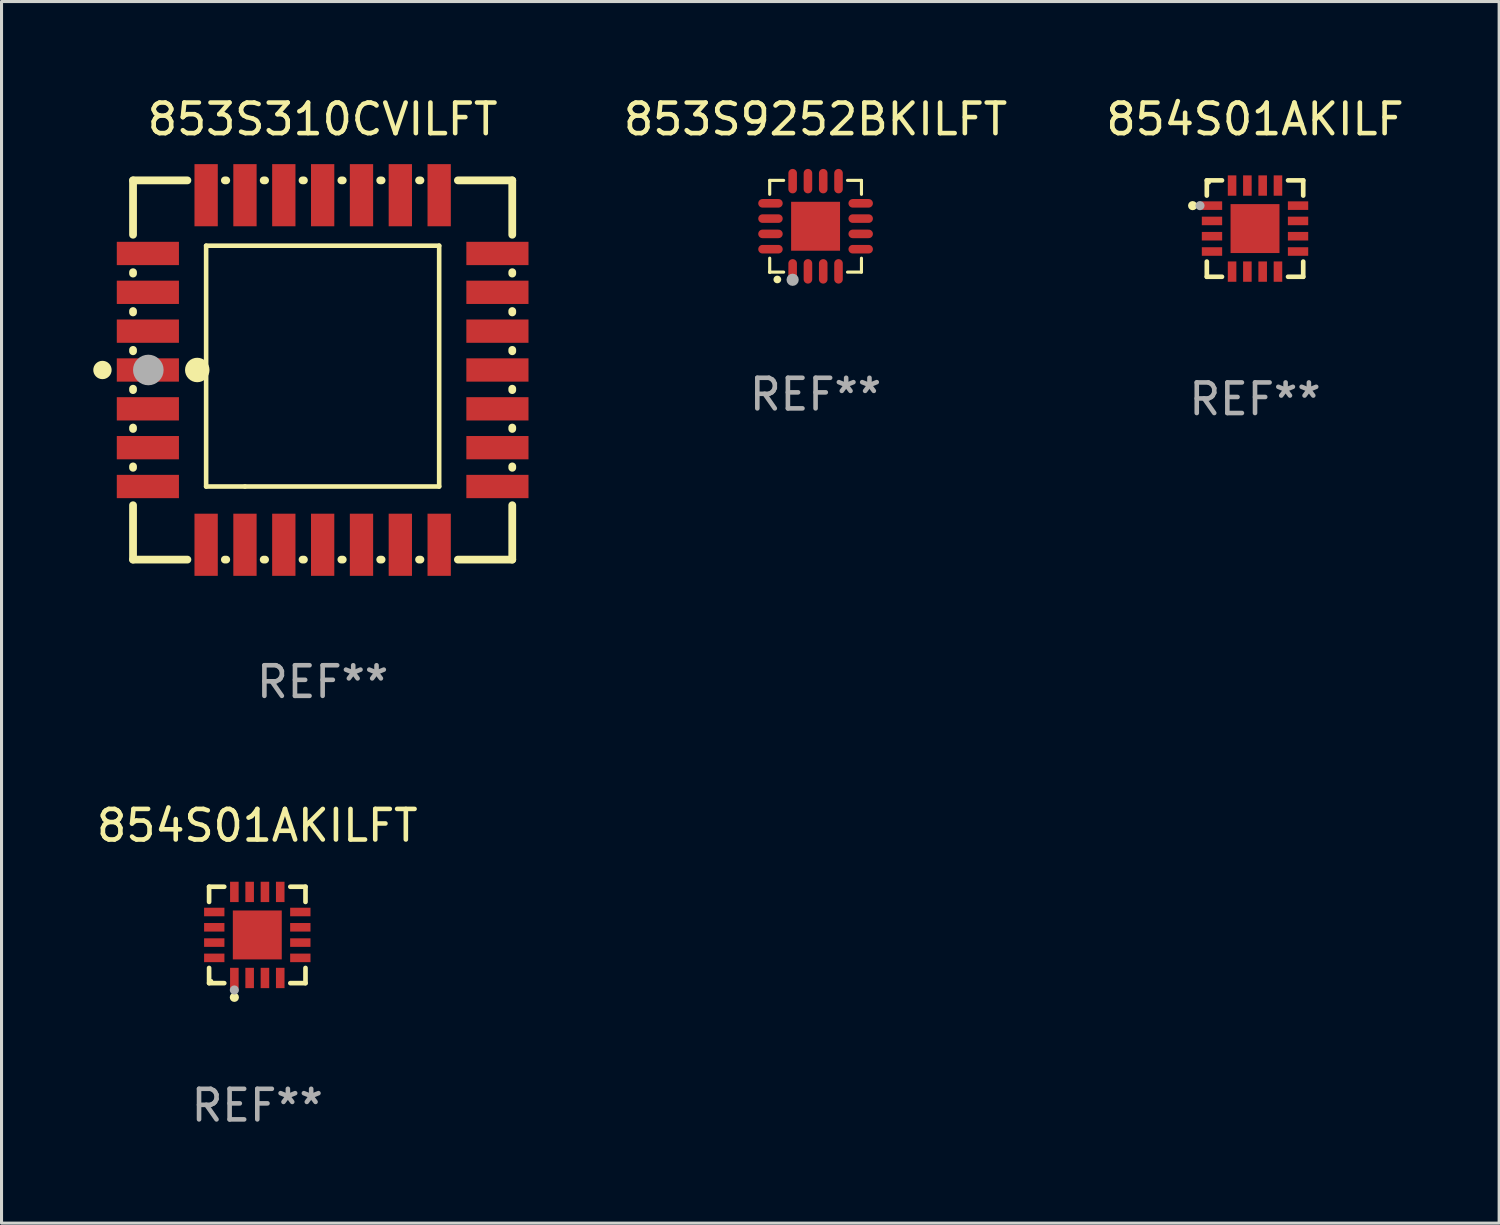
<source format=kicad_pcb>
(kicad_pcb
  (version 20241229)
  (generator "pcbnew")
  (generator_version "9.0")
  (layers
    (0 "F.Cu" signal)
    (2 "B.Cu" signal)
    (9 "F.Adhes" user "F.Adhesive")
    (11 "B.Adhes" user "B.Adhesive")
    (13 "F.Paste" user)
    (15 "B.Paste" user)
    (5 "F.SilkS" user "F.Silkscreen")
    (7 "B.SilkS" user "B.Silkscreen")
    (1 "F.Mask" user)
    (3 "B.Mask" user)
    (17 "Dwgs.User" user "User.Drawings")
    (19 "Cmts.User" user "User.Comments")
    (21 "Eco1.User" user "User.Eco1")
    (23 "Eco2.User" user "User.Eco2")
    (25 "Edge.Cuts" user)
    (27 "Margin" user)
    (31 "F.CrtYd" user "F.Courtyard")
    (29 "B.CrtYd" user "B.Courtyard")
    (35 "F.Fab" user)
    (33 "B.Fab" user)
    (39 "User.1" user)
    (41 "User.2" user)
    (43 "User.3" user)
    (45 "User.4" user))
  (footprint "853S310CVILFT"
    (layer "F.Cu")
    (at 7.5 9.048)
    (property "Reference" "853S310CVILFT" (at 0 -8.2 0) (layer "F.SilkS") (effects (font (size 1 1) (thickness 0.15))))
    (attr through_hole)
    (fp_line (start -6.2 -6.2) (end -4.422 -6.2) (stroke (width 0.254) (type solid)) (layer "F.SilkS"))
    (fp_line (start -6.2 -4.422) (end -6.2 -6.2) (stroke (width 0.254) (type solid)) (layer "F.SilkS"))
    (fp_line (start -6.2 -3.152) (end -6.2 -3.198) (stroke (width 0.254) (type solid)) (layer "F.SilkS"))
    (fp_line (start -6.2 -1.882) (end -6.2 -1.928) (stroke (width 0.254) (type solid)) (layer "F.SilkS"))
    (fp_line (start -6.2 -0.612) (end -6.2 -0.658) (stroke (width 0.254) (type solid)) (layer "F.SilkS"))
    (fp_line (start -6.2 0.658) (end -6.2 0.612) (stroke (width 0.254) (type solid)) (layer "F.SilkS"))
    (fp_line (start -6.2 1.928) (end -6.2 1.882) (stroke (width 0.254) (type solid)) (layer "F.SilkS"))
    (fp_line (start -6.2 3.198) (end -6.2 3.152) (stroke (width 0.254) (type solid)) (layer "F.SilkS"))
    (fp_line (start -6.2 6.2) (end -6.2 4.422) (stroke (width 0.254) (type solid)) (layer "F.SilkS"))
    (fp_line (start -4.422 6.2) (end -6.2 6.2) (stroke (width 0.254) (type solid)) (layer "F.SilkS"))
    (fp_line (start -3.81 -4.064) (end 3.81 -4.064) (stroke (width 0.15) (type solid)) (layer "F.SilkS"))
    (fp_line (start -3.81 3.81) (end -3.81 -4.064) (stroke (width 0.15) (type solid)) (layer "F.SilkS"))
    (fp_line (start -3.198 -6.2) (end -3.152 -6.2) (stroke (width 0.254) (type solid)) (layer "F.SilkS"))
    (fp_line (start -3.152 6.2) (end -3.198 6.2) (stroke (width 0.254) (type solid)) (layer "F.SilkS"))
    (fp_line (start -2.54 3.81) (end -3.81 3.81) (stroke (width 0.15) (type solid)) (layer "F.SilkS"))
    (fp_line (start -1.928 -6.2) (end -1.882 -6.2) (stroke (width 0.254) (type solid)) (layer "F.SilkS"))
    (fp_line (start -1.882 6.2) (end -1.928 6.2) (stroke (width 0.254) (type solid)) (layer "F.SilkS"))
    (fp_line (start -0.658 -6.2) (end -0.612 -6.2) (stroke (width 0.254) (type solid)) (layer "F.SilkS"))
    (fp_line (start -0.612 6.2) (end -0.658 6.2) (stroke (width 0.254) (type solid)) (layer "F.SilkS"))
    (fp_line (start 0.612 -6.2) (end 0.658 -6.2) (stroke (width 0.254) (type solid)) (layer "F.SilkS"))
    (fp_line (start 0.658 6.2) (end 0.612 6.2) (stroke (width 0.254) (type solid)) (layer "F.SilkS"))
    (fp_line (start 1.882 -6.2) (end 1.928 -6.2) (stroke (width 0.254) (type solid)) (layer "F.SilkS"))
    (fp_line (start 1.928 6.2) (end 1.882 6.2) (stroke (width 0.254) (type solid)) (layer "F.SilkS"))
    (fp_line (start 3.152 -6.2) (end 3.198 -6.2) (stroke (width 0.254) (type solid)) (layer "F.SilkS"))
    (fp_line (start 3.198 6.2) (end 3.152 6.2) (stroke (width 0.254) (type solid)) (layer "F.SilkS"))
    (fp_line (start 3.81 -4.064) (end 3.81 3.81) (stroke (width 0.15) (type solid)) (layer "F.SilkS"))
    (fp_line (start 3.81 3.81) (end -2.54 3.81) (stroke (width 0.15) (type solid)) (layer "F.SilkS"))
    (fp_line (start 4.422 -6.2) (end 6.2 -6.2) (stroke (width 0.254) (type solid)) (layer "F.SilkS"))
    (fp_line (start 6.2 -6.2) (end 6.2 -4.422) (stroke (width 0.254) (type solid)) (layer "F.SilkS"))
    (fp_line (start 6.2 -3.198) (end 6.2 -3.152) (stroke (width 0.254) (type solid)) (layer "F.SilkS"))
    (fp_line (start 6.2 -1.928) (end 6.2 -1.882) (stroke (width 0.254) (type solid)) (layer "F.SilkS"))
    (fp_line (start 6.2 -0.658) (end 6.2 -0.612) (stroke (width 0.254) (type solid)) (layer "F.SilkS"))
    (fp_line (start 6.2 0.612) (end 6.2 0.658) (stroke (width 0.254) (type solid)) (layer "F.SilkS"))
    (fp_line (start 6.2 1.882) (end 6.2 1.928) (stroke (width 0.254) (type solid)) (layer "F.SilkS"))
    (fp_line (start 6.2 3.152) (end 6.2 3.198) (stroke (width 0.254) (type solid)) (layer "F.SilkS"))
    (fp_line (start 6.2 4.422) (end 6.2 6.2) (stroke (width 0.254) (type solid)) (layer "F.SilkS"))
    (fp_line (start 6.2 6.2) (end 4.422 6.2) (stroke (width 0.254) (type solid)) (layer "F.SilkS"))
    (fp_circle (center -7.2 0) (end -7.05 0) (stroke (width 0.3) (type solid)) (fill no) (layer "F.SilkS"))
    (fp_circle (center -6.223 6.223) (end -6.193 6.223) (stroke (width 0.06) (type solid)) (fill no) (layer "F.SilkS"))
    (fp_circle (center -4.1 0) (end -3.9 0) (stroke (width 0.4) (type solid)) (fill no) (layer "F.SilkS"))
    (fp_circle (center -5.7 0) (end -5.45 0) (stroke (width 0.5) (type solid)) (fill no) (layer "F.Fab"))
    (fp_text user "REF**" (at 0 10.2 0) (layer "F.Fab") (effects (font (size 1 1) (thickness 0.15))))
    (pad "1" smd rect (at -5.715 0) (size 2.032 0.762) (layers "F.Cu" "F.Mask" "F.Paste"))
    (pad "2" smd rect (at -5.715 1.27) (size 2.032 0.762) (layers "F.Cu" "F.Mask" "F.Paste"))
    (pad "3" smd rect (at -5.715 2.54) (size 2.032 0.762) (layers "F.Cu" "F.Mask" "F.Paste"))
    (pad "4" smd rect (at -5.715 3.81) (size 2.032 0.762) (layers "F.Cu" "F.Mask" "F.Paste"))
    (pad "5" smd rect (at -3.81 5.715) (size 0.762 2.032) (layers "F.Cu" "F.Mask" "F.Paste"))
    (pad "6" smd rect (at -2.54 5.715) (size 0.762 2.032) (layers "F.Cu" "F.Mask" "F.Paste"))
    (pad "7" smd rect (at -1.27 5.715) (size 0.762 2.032) (layers "F.Cu" "F.Mask" "F.Paste"))
    (pad "8" smd rect (at 0 5.715) (size 0.762 2.032) (layers "F.Cu" "F.Mask" "F.Paste"))
    (pad "9" smd rect (at 1.27 5.715) (size 0.762 2.032) (layers "F.Cu" "F.Mask" "F.Paste"))
    (pad "10" smd rect (at 2.54 5.715) (size 0.762 2.032) (layers "F.Cu" "F.Mask" "F.Paste"))
    (pad "11" smd rect (at 3.81 5.715) (size 0.762 2.032) (layers "F.Cu" "F.Mask" "F.Paste"))
    (pad "12" smd rect (at 5.715 3.81) (size 2.032 0.762) (layers "F.Cu" "F.Mask" "F.Paste"))
    (pad "13" smd rect (at 5.715 2.54) (size 2.032 0.762) (layers "F.Cu" "F.Mask" "F.Paste"))
    (pad "14" smd rect (at 5.715 1.27) (size 2.032 0.762) (layers "F.Cu" "F.Mask" "F.Paste"))
    (pad "15" smd rect (at 5.715 0) (size 2.032 0.762) (layers "F.Cu" "F.Mask" "F.Paste"))
    (pad "16" smd rect (at 5.715 -1.27) (size 2.032 0.762) (layers "F.Cu" "F.Mask" "F.Paste"))
    (pad "17" smd rect (at 5.715 -2.54) (size 2.032 0.762) (layers "F.Cu" "F.Mask" "F.Paste"))
    (pad "18" smd rect (at 5.715 -3.81) (size 2.032 0.762) (layers "F.Cu" "F.Mask" "F.Paste"))
    (pad "19" smd rect (at 3.81 -5.715) (size 0.762 2.032) (layers "F.Cu" "F.Mask" "F.Paste"))
    (pad "20" smd rect (at 2.54 -5.715) (size 0.762 2.032) (layers "F.Cu" "F.Mask" "F.Paste"))
    (pad "21" smd rect (at 1.27 -5.715) (size 0.762 2.032) (layers "F.Cu" "F.Mask" "F.Paste"))
    (pad "22" smd rect (at 0 -5.715) (size 0.762 2.032) (layers "F.Cu" "F.Mask" "F.Paste"))
    (pad "23" smd rect (at -1.27 -5.715) (size 0.762 2.032) (layers "F.Cu" "F.Mask" "F.Paste"))
    (pad "24" smd rect (at -2.54 -5.715) (size 0.762 2.032) (layers "F.Cu" "F.Mask" "F.Paste"))
    (pad "25" smd rect (at -3.81 -5.715) (size 0.762 2.032) (layers "F.Cu" "F.Mask" "F.Paste"))
    (pad "26" smd rect (at -5.715 -3.81) (size 2.032 0.762) (layers "F.Cu" "F.Mask" "F.Paste"))
    (pad "27" smd rect (at -5.715 -2.54) (size 2.032 0.762) (layers "F.Cu" "F.Mask" "F.Paste"))
    (pad "28" smd rect (at -5.715 -1.27) (size 2.032 0.762) (layers "F.Cu" "F.Mask" "F.Paste")))
  (footprint "853S9252BKILFT"
    (layer "F.Cu")
    (at 23.618 4.348)
    (property "Reference" "853S9252BKILFT" (at 0 -3.5 0) (layer "F.SilkS") (effects (font (size 1 1) (thickness 0.15))))
    (attr through_hole)
    (fp_line (start -1.5 -1.5) (end -1.5 -1.044) (stroke (width 0.102) (type solid)) (layer "F.SilkS"))
    (fp_line (start -1.5 -1.5) (end -1.044 -1.5) (stroke (width 0.102) (type solid)) (layer "F.SilkS"))
    (fp_line (start -1.5 1.044) (end -1.5 1.5) (stroke (width 0.102) (type solid)) (layer "F.SilkS"))
    (fp_line (start -1.5 1.5) (end -1.044 1.5) (stroke (width 0.102) (type solid)) (layer "F.SilkS"))
    (fp_line (start 1.044 -1.5) (end 1.5 -1.5) (stroke (width 0.102) (type solid)) (layer "F.SilkS"))
    (fp_line (start 1.044 1.5) (end 1.5 1.5) (stroke (width 0.102) (type solid)) (layer "F.SilkS"))
    (fp_line (start 1.5 -1.044) (end 1.5 -1.5) (stroke (width 0.102) (type solid)) (layer "F.SilkS"))
    (fp_line (start 1.5 1.5) (end 1.5 1.044) (stroke (width 0.102) (type solid)) (layer "F.SilkS"))
    (fp_arc (start -1.251257 1.740056) (mid -1.249987 1.739985) (end -1.248717 1.740056) (stroke (width 0.25) (type solid)) (layer "F.SilkS"))
    (fp_circle (center -1.5 1.5) (end -1.47 1.5) (stroke (width 0.06) (type solid)) (fill no) (layer "F.SilkS"))
    (fp_circle (center -0.75 1.75) (end -0.65 1.75) (stroke (width 0.2) (type solid)) (fill no) (layer "F.Fab"))
    (fp_text user "REF**" (at 0 5.5 0) (layer "F.Fab") (effects (font (size 1 1) (thickness 0.15))))
    (pad "1" smd oval (at -0.75 1.475 180) (size 0.28 0.8) (layers "F.Cu" "F.Mask" "F.Paste"))
    (pad "2" smd oval (at -0.25 1.475 180) (size 0.28 0.8) (layers "F.Cu" "F.Mask" "F.Paste"))
    (pad "3" smd oval (at 0.25 1.475 180) (size 0.28 0.8) (layers "F.Cu" "F.Mask" "F.Paste"))
    (pad "4" smd oval (at 0.75 1.475 180) (size 0.28 0.8) (layers "F.Cu" "F.Mask" "F.Paste"))
    (pad "5" smd oval (at 1.475 0.75 90) (size 0.28 0.8) (layers "F.Cu" "F.Mask" "F.Paste"))
    (pad "6" smd oval (at 1.475 0.25 90) (size 0.28 0.8) (layers "F.Cu" "F.Mask" "F.Paste"))
    (pad "7" smd oval (at 1.475 -0.25 90) (size 0.28 0.8) (layers "F.Cu" "F.Mask" "F.Paste"))
    (pad "8" smd oval (at 1.475 -0.75 90) (size 0.28 0.8) (layers "F.Cu" "F.Mask" "F.Paste"))
    (pad "9" smd oval (at 0.75 -1.475 180) (size 0.28 0.8) (layers "F.Cu" "F.Mask" "F.Paste"))
    (pad "10" smd oval (at 0.25 -1.475 180) (size 0.28 0.8) (layers "F.Cu" "F.Mask" "F.Paste"))
    (pad "11" smd oval (at -0.25 -1.475 180) (size 0.28 0.8) (layers "F.Cu" "F.Mask" "F.Paste"))
    (pad "12" smd oval (at -0.75 -1.475 180) (size 0.28 0.8) (layers "F.Cu" "F.Mask" "F.Paste"))
    (pad "13" smd oval (at -1.475 -0.75 90) (size 0.28 0.8) (layers "F.Cu" "F.Mask" "F.Paste"))
    (pad "14" smd oval (at -1.475 -0.25 90) (size 0.28 0.8) (layers "F.Cu" "F.Mask" "F.Paste"))
    (pad "15" smd oval (at -1.475 0.25 90) (size 0.28 0.8) (layers "F.Cu" "F.Mask" "F.Paste"))
    (pad "16" smd oval (at -1.475 0.75 90) (size 0.28 0.8) (layers "F.Cu" "F.Mask" "F.Paste"))
    (pad "17" smd rect (at 0.000127 0.000178) (size 1.6 1.6) (layers "F.Cu" "F.Mask" "F.Paste")))
  (footprint "854S01AKILF"
    (layer "F.Cu")
    (at 37.987 4.424)
    (property "Reference" "854S01AKILF" (at 0 -3.576 0) (layer "F.SilkS") (effects (font (size 1 1) (thickness 0.15))))
    (attr through_hole)
    (fp_line (start -1.576 -1.576) (end -1.576 -1.08) (stroke (width 0.152) (type solid)) (layer "F.SilkS"))
    (fp_line (start -1.576 1.576) (end -1.576 1.08) (stroke (width 0.152) (type solid)) (layer "F.SilkS"))
    (fp_line (start -1.08 -1.576) (end -1.576 -1.576) (stroke (width 0.152) (type solid)) (layer "F.SilkS"))
    (fp_line (start -1.08 1.576) (end -1.576 1.576) (stroke (width 0.152) (type solid)) (layer "F.SilkS"))
    (fp_line (start 1.08 -1.576) (end 1.576 -1.576) (stroke (width 0.152) (type solid)) (layer "F.SilkS"))
    (fp_line (start 1.08 1.576) (end 1.576 1.576) (stroke (width 0.152) (type solid)) (layer "F.SilkS"))
    (fp_line (start 1.576 -1.576) (end 1.576 -1.08) (stroke (width 0.152) (type solid)) (layer "F.SilkS"))
    (fp_line (start 1.576 1.576) (end 1.576 1.08) (stroke (width 0.152) (type solid)) (layer "F.SilkS"))
    (fp_circle (center -2.04 -0.75) (end -1.965 -0.75) (stroke (width 0.15) (type solid)) (fill no) (layer "F.SilkS"))
    (fp_circle (center -1.5 -1.5) (end -1.47 -1.5) (stroke (width 0.06) (type solid)) (fill no) (layer "F.SilkS"))
    (fp_circle (center -1.8 -0.75) (end -1.725 -0.75) (stroke (width 0.15) (type solid)) (fill no) (layer "F.Fab"))
    (fp_text user "REF**" (at 0 5.576 0) (layer "F.Fab") (effects (font (size 1 1) (thickness 0.15))))
    (pad "1" smd rect (at -1.407 -0.75 270) (size 0.28 0.665) (layers "F.Cu" "F.Mask" "F.Paste"))
    (pad "2" smd rect (at -1.407 -0.25 270) (size 0.28 0.665) (layers "F.Cu" "F.Mask" "F.Paste"))
    (pad "3" smd rect (at -1.407 0.25 270) (size 0.28 0.665) (layers "F.Cu" "F.Mask" "F.Paste"))
    (pad "4" smd rect (at -1.407 0.75 270) (size 0.28 0.665) (layers "F.Cu" "F.Mask" "F.Paste"))
    (pad "5" smd rect (at -0.75 1.407 270) (size 0.665 0.28) (layers "F.Cu" "F.Mask" "F.Paste"))
    (pad "6" smd rect (at -0.25 1.407 270) (size 0.665 0.28) (layers "F.Cu" "F.Mask" "F.Paste"))
    (pad "7" smd rect (at 0.25 1.407 270) (size 0.665 0.28) (layers "F.Cu" "F.Mask" "F.Paste"))
    (pad "8" smd rect (at 0.75 1.407 270) (size 0.665 0.28) (layers "F.Cu" "F.Mask" "F.Paste"))
    (pad "9" smd rect (at 1.407 0.75 270) (size 0.28 0.665) (layers "F.Cu" "F.Mask" "F.Paste"))
    (pad "10" smd rect (at 1.407 0.25 270) (size 0.28 0.665) (layers "F.Cu" "F.Mask" "F.Paste"))
    (pad "11" smd rect (at 1.407 -0.25 270) (size 0.28 0.665) (layers "F.Cu" "F.Mask" "F.Paste"))
    (pad "12" smd rect (at 1.407 -0.75 270) (size 0.28 0.665) (layers "F.Cu" "F.Mask" "F.Paste"))
    (pad "13" smd rect (at 0.75 -1.407 270) (size 0.665 0.28) (layers "F.Cu" "F.Mask" "F.Paste"))
    (pad "14" smd rect (at 0.25 -1.407 270) (size 0.665 0.28) (layers "F.Cu" "F.Mask" "F.Paste"))
    (pad "15" smd rect (at -0.25 -1.407 270) (size 0.665 0.28) (layers "F.Cu" "F.Mask" "F.Paste"))
    (pad "16" smd rect (at -0.75 -1.407 270) (size 0.665 0.28) (layers "F.Cu" "F.Mask" "F.Paste"))
    (pad "17" smd rect (at 0 0 270) (size 1.6 1.6) (layers "F.Cu" "F.Mask" "F.Paste")))
  (footprint "854S01AKILFT"
    (layer "F.Cu")
    (at 5.363 27.521)
    (property "Reference" "854S01AKILFT" (at 0 -3.576 0) (layer "F.SilkS") (effects (font (size 1 1) (thickness 0.15))))
    (attr through_hole)
    (fp_line (start -1.576 -1.576) (end -1.08 -1.576) (stroke (width 0.152) (type solid)) (layer "F.SilkS"))
    (fp_line (start -1.576 -1.08) (end -1.576 -1.576) (stroke (width 0.152) (type solid)) (layer "F.SilkS"))
    (fp_line (start -1.576 1.08) (end -1.576 1.576) (stroke (width 0.152) (type solid)) (layer "F.SilkS"))
    (fp_line (start -1.576 1.576) (end -1.08 1.576) (stroke (width 0.152) (type solid)) (layer "F.SilkS"))
    (fp_line (start 1.576 -1.576) (end 1.08 -1.576) (stroke (width 0.152) (type solid)) (layer "F.SilkS"))
    (fp_line (start 1.576 -1.08) (end 1.576 -1.576) (stroke (width 0.152) (type solid)) (layer "F.SilkS"))
    (fp_line (start 1.576 1.08) (end 1.576 1.576) (stroke (width 0.152) (type solid)) (layer "F.SilkS"))
    (fp_line (start 1.576 1.576) (end 1.08 1.576) (stroke (width 0.152) (type solid)) (layer "F.SilkS"))
    (fp_circle (center -1.5 1.5) (end -1.47 1.5) (stroke (width 0.06) (type solid)) (fill no) (layer "F.SilkS"))
    (fp_circle (center -0.75 2.04) (end -0.675 2.04) (stroke (width 0.15) (type solid)) (fill no) (layer "F.SilkS"))
    (fp_circle (center -0.75 1.8) (end -0.675 1.8) (stroke (width 0.15) (type solid)) (fill no) (layer "F.Fab"))
    (fp_text user "REF**" (at 0 5.576 0) (layer "F.Fab") (effects (font (size 1 1) (thickness 0.15))))
    (pad "1" smd rect (at -0.75 1.407) (size 0.28 0.665) (layers "F.Cu" "F.Mask" "F.Paste"))
    (pad "2" smd rect (at -0.25 1.407) (size 0.28 0.665) (layers "F.Cu" "F.Mask" "F.Paste"))
    (pad "3" smd rect (at 0.25 1.407) (size 0.28 0.665) (layers "F.Cu" "F.Mask" "F.Paste"))
    (pad "4" smd rect (at 0.75 1.407) (size 0.28 0.665) (layers "F.Cu" "F.Mask" "F.Paste"))
    (pad "5" smd rect (at 1.407 0.75) (size 0.665 0.28) (layers "F.Cu" "F.Mask" "F.Paste"))
    (pad "6" smd rect (at 1.407 0.25) (size 0.665 0.28) (layers "F.Cu" "F.Mask" "F.Paste"))
    (pad "7" smd rect (at 1.407 -0.25) (size 0.665 0.28) (layers "F.Cu" "F.Mask" "F.Paste"))
    (pad "8" smd rect (at 1.407 -0.75) (size 0.665 0.28) (layers "F.Cu" "F.Mask" "F.Paste"))
    (pad "9" smd rect (at 0.75 -1.407) (size 0.28 0.665) (layers "F.Cu" "F.Mask" "F.Paste"))
    (pad "10" smd rect (at 0.25 -1.407) (size 0.28 0.665) (layers "F.Cu" "F.Mask" "F.Paste"))
    (pad "11" smd rect (at -0.25 -1.407) (size 0.28 0.665) (layers "F.Cu" "F.Mask" "F.Paste"))
    (pad "12" smd rect (at -0.75 -1.407) (size 0.28 0.665) (layers "F.Cu" "F.Mask" "F.Paste"))
    (pad "13" smd rect (at -1.407 -0.75) (size 0.665 0.28) (layers "F.Cu" "F.Mask" "F.Paste"))
    (pad "14" smd rect (at -1.407 -0.25) (size 0.665 0.28) (layers "F.Cu" "F.Mask" "F.Paste"))
    (pad "15" smd rect (at -1.407 0.25) (size 0.665 0.28) (layers "F.Cu" "F.Mask" "F.Paste"))
    (pad "16" smd rect (at -1.407 0.75) (size 0.665 0.28) (layers "F.Cu" "F.Mask" "F.Paste"))
    (pad "17" smd rect (at 0 0) (size 1.6 1.6) (layers "F.Cu" "F.Mask" "F.Paste")))
  (gr_rect
    (start -3 -3)
    (end 45.969 36.945)
    (stroke (width 0.1) (type default))
    (fill no)
    (layer "Edge.Cuts")))
</source>
